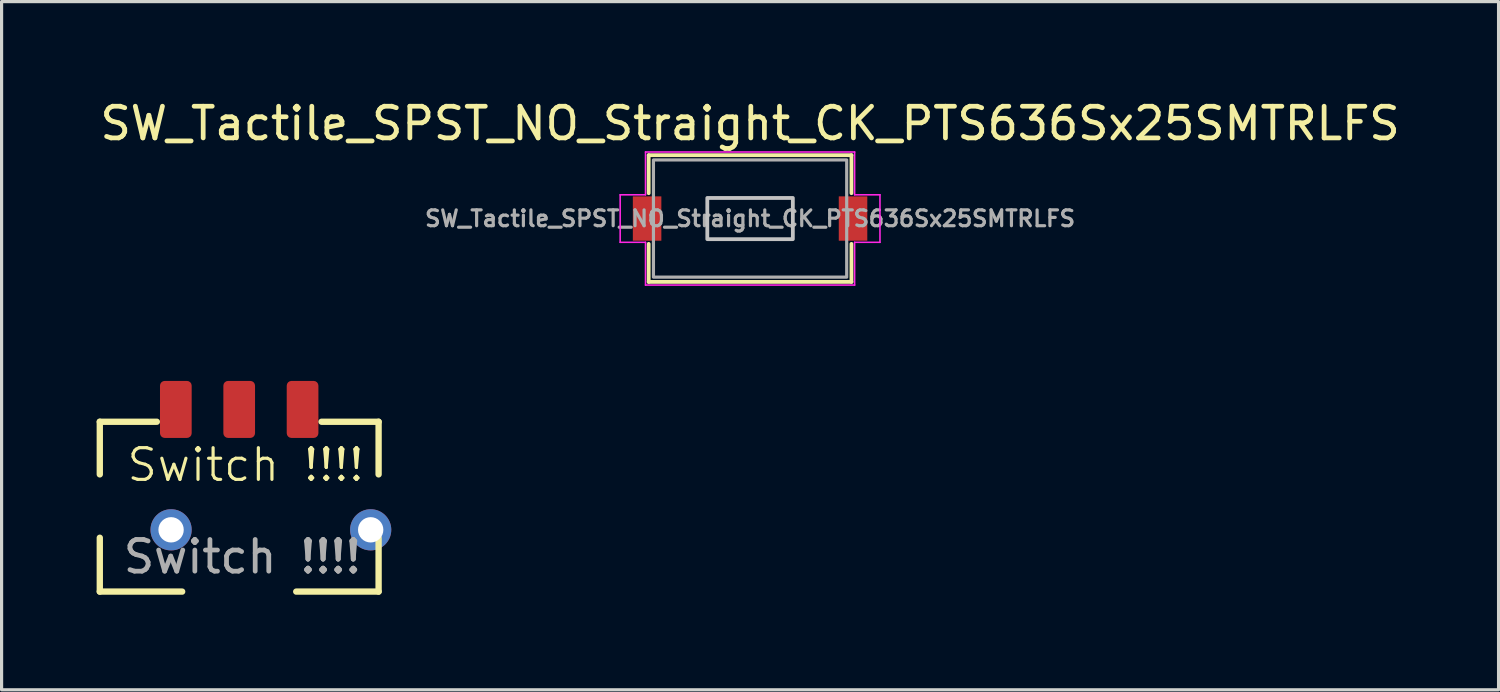
<source format=kicad_pcb>
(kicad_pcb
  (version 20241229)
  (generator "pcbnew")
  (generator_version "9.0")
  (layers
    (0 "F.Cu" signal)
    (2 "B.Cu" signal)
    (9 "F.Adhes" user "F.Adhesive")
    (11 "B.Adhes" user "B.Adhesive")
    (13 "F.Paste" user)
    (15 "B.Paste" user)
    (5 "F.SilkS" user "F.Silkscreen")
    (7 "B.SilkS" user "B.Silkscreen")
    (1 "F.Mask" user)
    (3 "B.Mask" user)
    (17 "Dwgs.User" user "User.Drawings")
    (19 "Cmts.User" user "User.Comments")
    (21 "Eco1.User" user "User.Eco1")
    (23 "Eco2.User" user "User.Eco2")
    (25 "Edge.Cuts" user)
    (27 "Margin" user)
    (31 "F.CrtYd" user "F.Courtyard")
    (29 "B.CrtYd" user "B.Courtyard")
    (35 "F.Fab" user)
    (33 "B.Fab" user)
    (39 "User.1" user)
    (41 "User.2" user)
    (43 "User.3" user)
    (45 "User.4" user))
  (footprint "SW_Tactile_SPST_NO_Straight_CK_PTS636Sx25SMTRLFS"
    (layer "F.Cu")
    (at 20.625 3.848)
    (property "Reference" "SW_Tactile_SPST_NO_Straight_CK_PTS636Sx25SMTRLFS" (at 0 -3 0) (unlocked yes) (layer "F.SilkS") (effects (font (size 1 1) (thickness 0.15))))
    (attr smd)
    (fp_line (start -3.2 -2) (end -3.2 -0.8) (stroke (width 0.12) (type solid)) (layer "F.SilkS"))
    (fp_line (start -3.2 0.8) (end -3.2 2) (stroke (width 0.12) (type solid)) (layer "F.SilkS"))
    (fp_line (start -3.2 2) (end 3.2 2) (stroke (width 0.12) (type solid)) (layer "F.SilkS"))
    (fp_line (start 3.2 -2) (end -3.2 -2) (stroke (width 0.12) (type solid)) (layer "F.SilkS"))
    (fp_line (start 3.2 -0.8) (end 3.2 -2) (stroke (width 0.12) (type solid)) (layer "F.SilkS"))
    (fp_line (start 3.2 2) (end 3.2 0.8) (stroke (width 0.12) (type solid)) (layer "F.SilkS"))
    (fp_rect (start -1.35 -0.65) (end 1.35 0.65) (stroke (width 0.12) (type solid)) (fill no) (layer "Dwgs.User"))
    (fp_line (start -4.1 -0.75) (end -3.3 -0.75) (stroke (width 0.05) (type solid)) (layer "F.CrtYd"))
    (fp_line (start -4.1 0.75) (end -4.1 -0.75) (stroke (width 0.05) (type solid)) (layer "F.CrtYd"))
    (fp_line (start -3.3 -2.1) (end 3.3 -2.1) (stroke (width 0.05) (type solid)) (layer "F.CrtYd"))
    (fp_line (start -3.3 -0.75) (end -3.3 -2.1) (stroke (width 0.05) (type solid)) (layer "F.CrtYd"))
    (fp_line (start -3.3 0.75) (end -4.1 0.75) (stroke (width 0.05) (type solid)) (layer "F.CrtYd"))
    (fp_line (start -3.3 2.1) (end -3.3 0.75) (stroke (width 0.05) (type solid)) (layer "F.CrtYd"))
    (fp_line (start 3.3 -2.1) (end 3.3 -0.75) (stroke (width 0.05) (type solid)) (layer "F.CrtYd"))
    (fp_line (start 3.3 -0.75) (end 4.1 -0.75) (stroke (width 0.05) (type solid)) (layer "F.CrtYd"))
    (fp_line (start 3.3 0.75) (end 3.3 2.1) (stroke (width 0.05) (type solid)) (layer "F.CrtYd"))
    (fp_line (start 3.3 2.1) (end -3.3 2.1) (stroke (width 0.05) (type solid)) (layer "F.CrtYd"))
    (fp_line (start 4.1 -0.75) (end 4.1 0.75) (stroke (width 0.05) (type solid)) (layer "F.CrtYd"))
    (fp_line (start 4.1 0.75) (end 3.3 0.75) (stroke (width 0.05) (type solid)) (layer "F.CrtYd"))
    (fp_rect (start -3.05 -1.85) (end 3.05 1.85) (stroke (width 0.1) (type solid)) (fill no) (layer "F.Fab"))
    (fp_text user "${REFERENCE}" (at 0 0 0) (unlocked yes) (layer "F.Fab") (effects (font (size 0.5 0.5) (thickness 0.1))))
    (pad "1" smd rect (at -3.25 0) (size 0.9 1.4) (layers "F.Cu" "F.Mask" "F.Paste"))
    (pad "2" smd rect (at 3.25 0) (size 0.9 1.4) (layers "F.Cu" "F.Mask" "F.Paste")))
  (footprint "Switch !!!!"
    (layer "F.Cu")
    (at 4.5 11.223)
    (property "Reference" "Switch !!!!" (at 0.2 0.4 0) (unlocked yes) (layer "F.SilkS") (effects (font (size 1 1) (thickness 0.1))))
    (attr smd)
    (fp_line (start -4.4 -0.961) (end -4.4 0.7) (stroke (width 0.2) (type solid)) (layer "F.SilkS"))
    (fp_line (start -4.4 -0.961) (end -2.6 -0.961) (stroke (width 0.2) (type solid)) (layer "F.SilkS"))
    (fp_line (start -4.4 4.4) (end -4.4 2.7) (stroke (width 0.2) (type solid)) (layer "F.SilkS"))
    (fp_line (start -4.4 4.4) (end -1.8 4.4) (stroke (width 0.2) (type solid)) (layer "F.SilkS"))
    (fp_line (start 4.4 -0.961) (end 2.6 -0.961) (stroke (width 0.2) (type solid)) (layer "F.SilkS"))
    (fp_line (start 4.4 -0.961) (end 4.4 0.7) (stroke (width 0.2) (type solid)) (layer "F.SilkS"))
    (fp_line (start 4.4 4.4) (end 1.8 4.4) (stroke (width 0.2) (type solid)) (layer "F.SilkS"))
    (fp_line (start 4.4 4.4) (end 4.4 2.7) (stroke (width 0.2) (type solid)) (layer "F.SilkS"))
    (fp_text user "${REFERENCE}" (at 0.1 3.3 0) (unlocked yes) (layer "F.Fab") (effects (font (size 1 1) (thickness 0.15))))
    (pad "1" smd roundrect (at -2 -1.35 90) (size 1.8 1) (layers "F.Cu" "F.Mask") (roundrect_rratio 0.15))
    (pad "2" smd roundrect (at 0 -1.35 90) (size 1.8 1) (layers "F.Cu" "F.Mask" "F.Paste") (roundrect_rratio 0.15))
    (pad "3" smd roundrect (at 2 -1.35 90) (size 1.8 1) (layers "F.Cu" "F.Mask" "F.Paste") (roundrect_rratio 0.15))
    (pad "4" thru_hole circle (at -2.15 2.45 90) (size 1.3 1.3) (drill 0.8) (layers "*.Cu" "*.Mask"))
    (pad "4" thru_hole circle (at 4.15 2.45 90) (size 1.3 1.3) (drill 0.8) (layers "*.Cu" "*.Mask")))
  (gr_rect
    (start -3 -3)
    (end 44.25 18.723)
    (stroke (width 0.1) (type default))
    (fill no)
    (layer "Edge.Cuts")))
</source>
